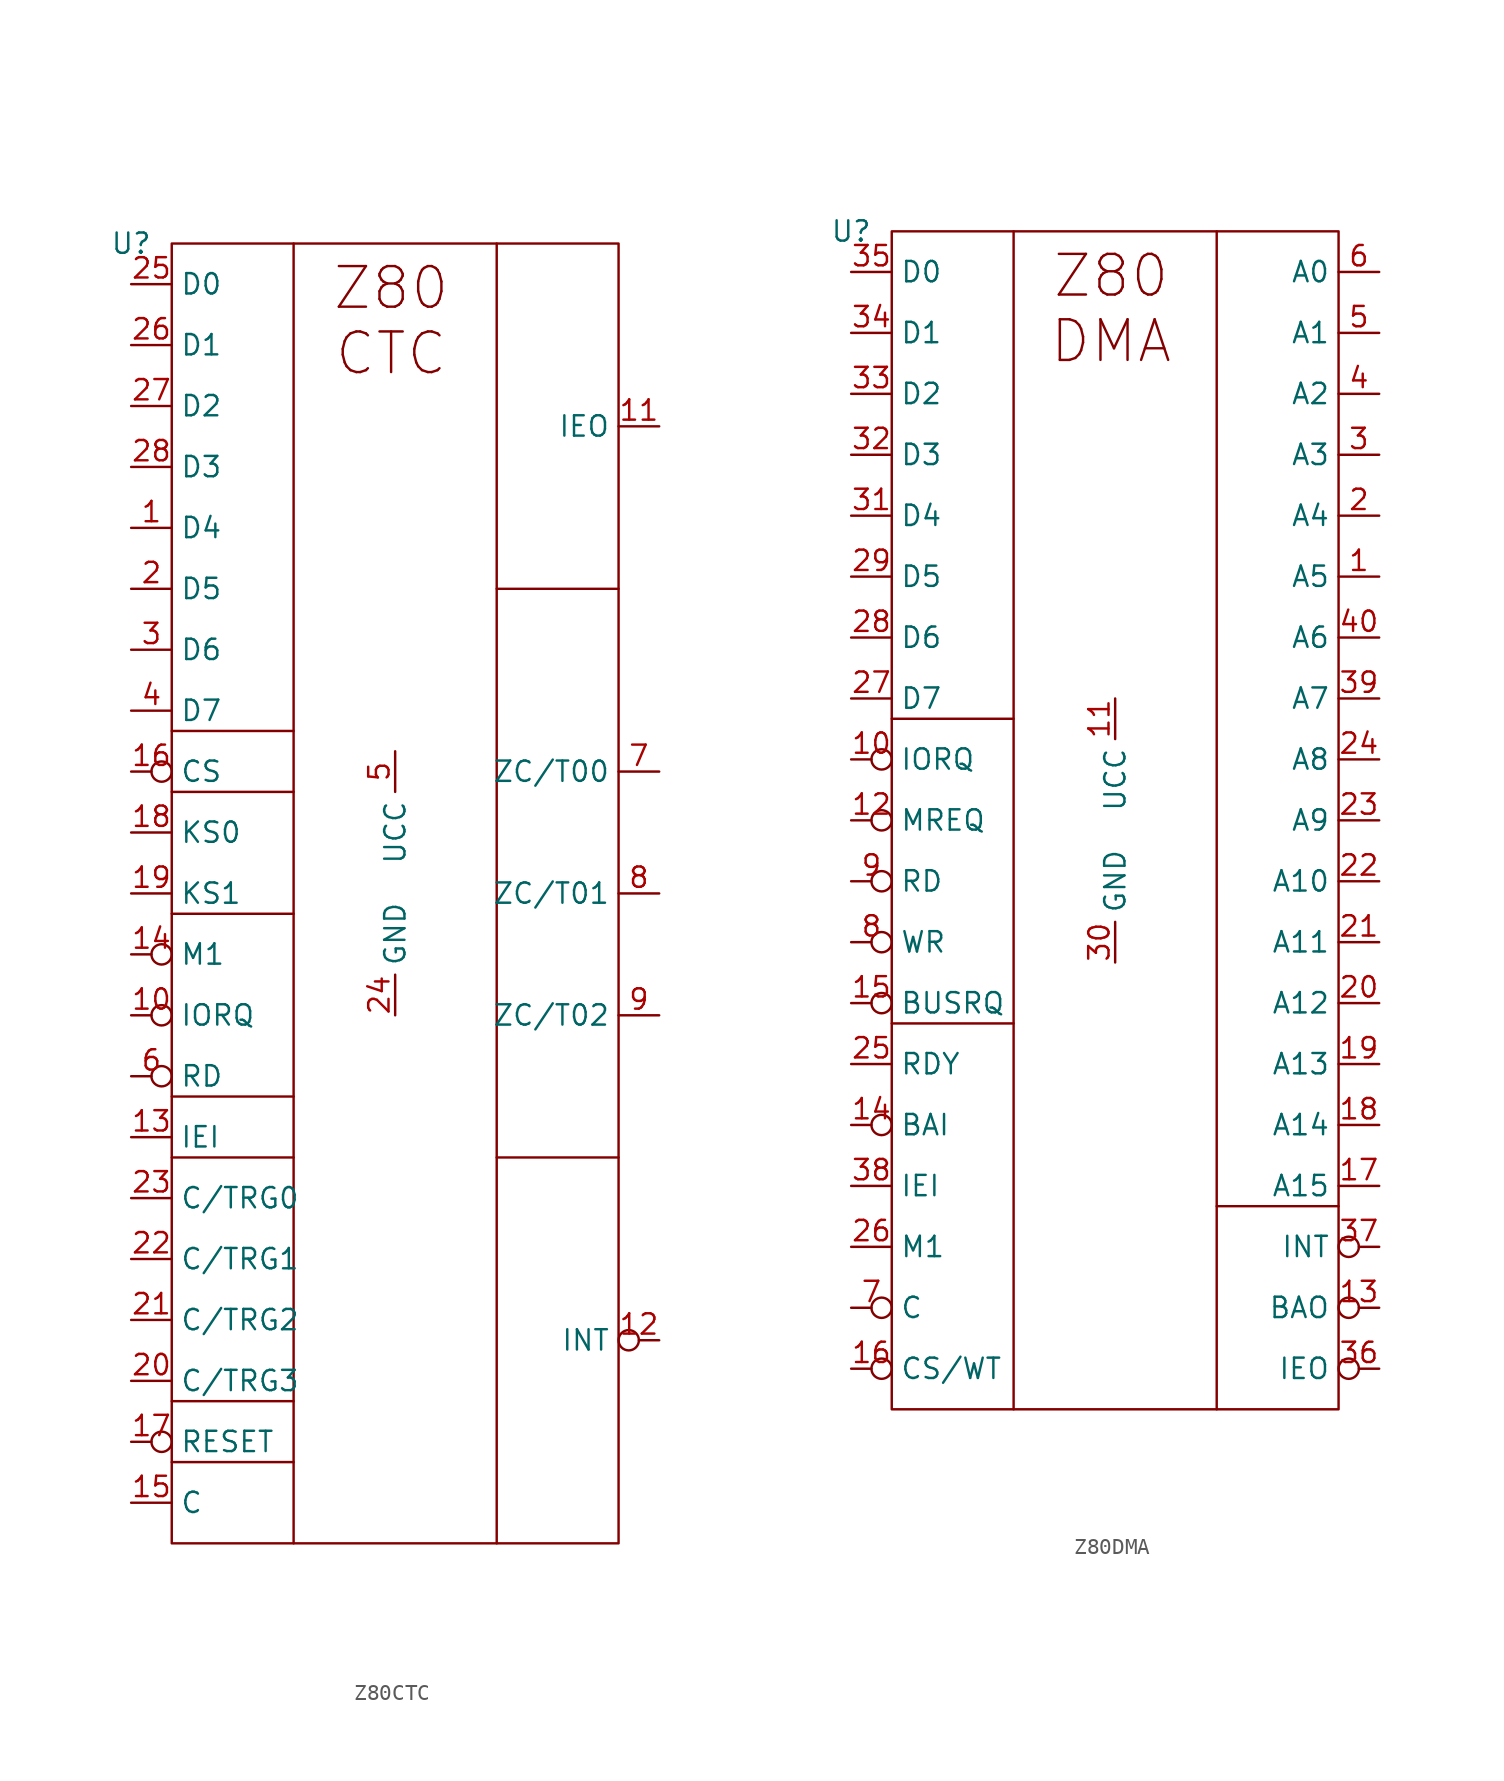
<source format=kicad_sym>
(kicad_symbol_lib
  (version 20231120)
  (generator "kicad_symbol_editor")
  (generator_version "8.0")
  (symbol "Z80CTC"
    (property "Reference" "U"
      (at 0 3.81 0)
      (effects (font (size 1.27 1.27))))
    (property "Value" ""
      (at 2.54 6.35 0)
      (effects (font (size 1.27 1.27))))
    (symbol "Z80CTC_0_1"
      (polyline (pts (xy 2.54 -72.39) (xy 10.16 -72.39)) (stroke (width 0) (type default)) (fill (type none)))
      (polyline (pts (xy 2.54 -68.58) (xy 10.16 -68.58)) (stroke (width 0) (type default)) (fill (type none)))
      (polyline (pts (xy 2.54 -53.34) (xy 10.16 -53.34)) (stroke (width 0) (type default)) (fill (type none)))
      (polyline (pts (xy 2.54 -49.53) (xy 10.16 -49.53)) (stroke (width 0) (type default)) (fill (type none)))
      (polyline (pts (xy 2.54 -38.1) (xy 10.16 -38.1)) (stroke (width 0) (type default)) (fill (type none)))
      (polyline (pts (xy 2.54 -30.48) (xy 10.16 -30.48)) (stroke (width 0) (type default)) (fill (type none)))
      (polyline (pts (xy 2.54 -26.67) (xy 10.16 -26.67)) (stroke (width 0) (type default)) (fill (type none)))
      (polyline (pts (xy 10.16 3.81) (xy 10.16 -77.47)) (stroke (width 0) (type default)) (fill (type none)))
      (polyline (pts (xy 22.86 -53.34) (xy 30.48 -53.34)) (stroke (width 0) (type default)) (fill (type none)))
      (polyline (pts (xy 22.86 -17.78) (xy 30.48 -17.78)) (stroke (width 0) (type default)) (fill (type none)))
      (polyline (pts (xy 22.86 3.81) (xy 22.86 -77.47)) (stroke (width 0) (type default)) (fill (type none)))
      (rectangle (start 2.54 3.81) (end 30.48 -77.47) (stroke (width 0) (type default)) (fill (type none))))
    (symbol "Z80CTC_1_1"
      (text "Z80\nCTC" (at 16.256 -1.016 0) (effects (font (size 2.54 2.54))))
      (pin bidirectional line (at 0 -13.97 0) (length 2.54) (name "D4" (effects (font (size 1.27 1.27)))) (number "1" (effects (font (size 1.27 1.27)))))
      (pin input inverted (at 0 -44.45 0) (length 2.54) (name "IORQ" (effects (font (size 1.27 1.27)))) (number "10" (effects (font (size 1.27 1.27)))))
      (pin output line (at 33.02 -7.62 180) (length 2.54) (name "IEO" (effects (font (size 1.27 1.27)))) (number "11" (effects (font (size 1.27 1.27)))))
      (pin open_collector inverted (at 33.02 -64.77 180) (length 2.54) (name "INT" (effects (font (size 1.27 1.27)))) (number "12" (effects (font (size 1.27 1.27)))))
      (pin input line (at 0 -52.07 0) (length 2.54) (name "IEI" (effects (font (size 1.27 1.27)))) (number "13" (effects (font (size 1.27 1.27)))))
      (pin input inverted (at 0 -40.64 0) (length 2.54) (name "M1" (effects (font (size 1.27 1.27)))) (number "14" (effects (font (size 1.27 1.27)))))
      (pin input line (at 0 -74.93 0) (length 2.54) (name "C" (effects (font (size 1.27 1.27)))) (number "15" (effects (font (size 1.27 1.27)))))
      (pin input inverted (at 0 -29.21 0) (length 2.54) (name "CS" (effects (font (size 1.27 1.27)))) (number "16" (effects (font (size 1.27 1.27)))))
      (pin input inverted (at 0 -71.12 0) (length 2.54) (name "RESET" (effects (font (size 1.27 1.27)))) (number "17" (effects (font (size 1.27 1.27)))))
      (pin input line (at 0 -33.02 0) (length 2.54) (name "KS0" (effects (font (size 1.27 1.27)))) (number "18" (effects (font (size 1.27 1.27)))))
      (pin input line (at 0 -36.83 0) (length 2.54) (name "KS1" (effects (font (size 1.27 1.27)))) (number "19" (effects (font (size 1.27 1.27)))))
      (pin bidirectional line (at 0 -17.78 0) (length 2.54) (name "D5" (effects (font (size 1.27 1.27)))) (number "2" (effects (font (size 1.27 1.27)))))
      (pin input line (at 0 -67.31 0) (length 2.54) (name "C/TRG3" (effects (font (size 1.27 1.27)))) (number "20" (effects (font (size 1.27 1.27)))))
      (pin input line (at 0 -63.5 0) (length 2.54) (name "C/TRG2" (effects (font (size 1.27 1.27)))) (number "21" (effects (font (size 1.27 1.27)))))
      (pin input line (at 0 -59.69 0) (length 2.54) (name "C/TRG1" (effects (font (size 1.27 1.27)))) (number "22" (effects (font (size 1.27 1.27)))))
      (pin input line (at 0 -55.88 0) (length 2.54) (name "C/TRG0" (effects (font (size 1.27 1.27)))) (number "23" (effects (font (size 1.27 1.27)))))
      (pin power_in line (at 16.51 -44.45 90) (length 2.54) (name "GND" (effects (font (size 1.27 1.27)))) (number "24" (effects (font (size 1.27 1.27)))))
      (pin bidirectional line (at 0 1.27 0) (length 2.54) (name "D0" (effects (font (size 1.27 1.27)))) (number "25" (effects (font (size 1.27 1.27)))))
      (pin bidirectional line (at 0 -2.54 0) (length 2.54) (name "D1" (effects (font (size 1.27 1.27)))) (number "26" (effects (font (size 1.27 1.27)))))
      (pin bidirectional line (at 0 -6.35 0) (length 2.54) (name "D2" (effects (font (size 1.27 1.27)))) (number "27" (effects (font (size 1.27 1.27)))))
      (pin bidirectional line (at 0 -10.16 0) (length 2.54) (name "D3" (effects (font (size 1.27 1.27)))) (number "28" (effects (font (size 1.27 1.27)))))
      (pin bidirectional line (at 0 -21.59 0) (length 2.54) (name "D6" (effects (font (size 1.27 1.27)))) (number "3" (effects (font (size 1.27 1.27)))))
      (pin bidirectional line (at 0 -25.4 0) (length 2.54) (name "D7" (effects (font (size 1.27 1.27)))) (number "4" (effects (font (size 1.27 1.27)))))
      (pin power_in line (at 16.51 -27.94 270) (length 2.54) (name "UCC" (effects (font (size 1.27 1.27)))) (number "5" (effects (font (size 1.27 1.27)))))
      (pin input inverted (at 0 -48.26 0) (length 2.54) (name "RD" (effects (font (size 1.27 1.27)))) (number "6" (effects (font (size 1.27 1.27)))))
      (pin output line (at 33.02 -29.21 180) (length 2.54) (name "ZC/T00" (effects (font (size 1.27 1.27)))) (number "7" (effects (font (size 1.27 1.27)))))
      (pin output line (at 33.02 -36.83 180) (length 2.54) (name "ZC/T01" (effects (font (size 1.27 1.27)))) (number "8" (effects (font (size 1.27 1.27)))))
      (pin output line (at 33.02 -44.45 180) (length 2.54) (name "ZC/T02" (effects (font (size 1.27 1.27)))) (number "9" (effects (font (size 1.27 1.27)))))))
  (symbol "Z80DMA"
    (property "Reference" "U"
      (at 0 3.81 0)
      (effects (font (size 1.27 1.27))))
    (property "Value" ""
      (at 2.54 6.35 0)
      (effects (font (size 1.27 1.27))))
    (symbol "Z80DMA_0_1"
      (polyline (pts (xy 2.54 -45.72) (xy 10.16 -45.72)) (stroke (width 0) (type default)) (fill (type none)))
      (polyline (pts (xy 2.54 -26.67) (xy 10.16 -26.67)) (stroke (width 0) (type default)) (fill (type none)))
      (polyline (pts (xy 10.16 3.81) (xy 10.16 -69.85)) (stroke (width 0) (type default)) (fill (type none)))
      (polyline (pts (xy 22.86 -57.15) (xy 30.48 -57.15)) (stroke (width 0) (type default)) (fill (type none)))
      (polyline (pts (xy 22.86 3.81) (xy 22.86 -69.85)) (stroke (width 0) (type default)) (fill (type none)))
      (rectangle (start 2.54 3.81) (end 30.48 -69.85) (stroke (width 0) (type default)) (fill (type none))))
    (symbol "Z80DMA_1_1"
      (text "Z80\nDMA" (at 16.256 -1.016 0) (effects (font (size 2.54 2.54))))
      (pin bidirectional line (at 33.02 -17.78 180) (length 2.54) (name "A5" (effects (font (size 1.27 1.27)))) (number "1" (effects (font (size 1.27 1.27)))))
      (pin bidirectional inverted (at 0 -29.21 0) (length 2.54) (name "IORQ" (effects (font (size 1.27 1.27)))) (number "10" (effects (font (size 1.27 1.27)))))
      (pin power_in line (at 16.51 -25.4 270) (length 2.54) (name "UCC" (effects (font (size 1.27 1.27)))) (number "11" (effects (font (size 1.27 1.27)))))
      (pin bidirectional inverted (at 0 -33.02 0) (length 2.54) (name "MREQ" (effects (font (size 1.27 1.27)))) (number "12" (effects (font (size 1.27 1.27)))))
      (pin output inverted (at 33.02 -63.5 180) (length 2.54) (name "BAO" (effects (font (size 1.27 1.27)))) (number "13" (effects (font (size 1.27 1.27)))))
      (pin input inverted (at 0 -52.07 0) (length 2.54) (name "BAI" (effects (font (size 1.27 1.27)))) (number "14" (effects (font (size 1.27 1.27)))))
      (pin bidirectional inverted (at 0 -44.45 0) (length 2.54) (name "BUSRQ" (effects (font (size 1.27 1.27)))) (number "15" (effects (font (size 1.27 1.27)))))
      (pin input inverted (at 0 -67.31 0) (length 2.54) (name "CS/WT" (effects (font (size 1.27 1.27)))) (number "16" (effects (font (size 1.27 1.27)))))
      (pin bidirectional line (at 33.02 -55.88 180) (length 2.54) (name "A15" (effects (font (size 1.27 1.27)))) (number "17" (effects (font (size 1.27 1.27)))))
      (pin bidirectional line (at 33.02 -52.07 180) (length 2.54) (name "A14" (effects (font (size 1.27 1.27)))) (number "18" (effects (font (size 1.27 1.27)))))
      (pin bidirectional line (at 33.02 -48.26 180) (length 2.54) (name "A13" (effects (font (size 1.27 1.27)))) (number "19" (effects (font (size 1.27 1.27)))))
      (pin bidirectional line (at 33.02 -13.97 180) (length 2.54) (name "A4" (effects (font (size 1.27 1.27)))) (number "2" (effects (font (size 1.27 1.27)))))
      (pin bidirectional line (at 33.02 -44.45 180) (length 2.54) (name "A12" (effects (font (size 1.27 1.27)))) (number "20" (effects (font (size 1.27 1.27)))))
      (pin bidirectional line (at 33.02 -40.64 180) (length 2.54) (name "A11" (effects (font (size 1.27 1.27)))) (number "21" (effects (font (size 1.27 1.27)))))
      (pin bidirectional line (at 33.02 -36.83 180) (length 2.54) (name "A10" (effects (font (size 1.27 1.27)))) (number "22" (effects (font (size 1.27 1.27)))))
      (pin bidirectional line (at 33.02 -33.02 180) (length 2.54) (name "A9" (effects (font (size 1.27 1.27)))) (number "23" (effects (font (size 1.27 1.27)))))
      (pin bidirectional line (at 33.02 -29.21 180) (length 2.54) (name "A8" (effects (font (size 1.27 1.27)))) (number "24" (effects (font (size 1.27 1.27)))))
      (pin input line (at 0 -48.26 0) (length 2.54) (name "RDY" (effects (font (size 1.27 1.27)))) (number "25" (effects (font (size 1.27 1.27)))))
      (pin input line (at 0 -59.69 0) (length 2.54) (name "M1" (effects (font (size 1.27 1.27)))) (number "26" (effects (font (size 1.27 1.27)))))
      (pin bidirectional line (at 0 -25.4 0) (length 2.54) (name "D7" (effects (font (size 1.27 1.27)))) (number "27" (effects (font (size 1.27 1.27)))))
      (pin bidirectional line (at 0 -21.59 0) (length 2.54) (name "D6" (effects (font (size 1.27 1.27)))) (number "28" (effects (font (size 1.27 1.27)))))
      (pin bidirectional line (at 0 -17.78 0) (length 2.54) (name "D5" (effects (font (size 1.27 1.27)))) (number "29" (effects (font (size 1.27 1.27)))))
      (pin bidirectional line (at 33.02 -10.16 180) (length 2.54) (name "A3" (effects (font (size 1.27 1.27)))) (number "3" (effects (font (size 1.27 1.27)))))
      (pin power_in line (at 16.51 -41.91 90) (length 2.54) (name "GND" (effects (font (size 1.27 1.27)))) (number "30" (effects (font (size 1.27 1.27)))))
      (pin bidirectional line (at 0 -13.97 0) (length 2.54) (name "D4" (effects (font (size 1.27 1.27)))) (number "31" (effects (font (size 1.27 1.27)))))
      (pin bidirectional line (at 0 -10.16 0) (length 2.54) (name "D3" (effects (font (size 1.27 1.27)))) (number "32" (effects (font (size 1.27 1.27)))))
      (pin bidirectional line (at 0 -6.35 0) (length 2.54) (name "D2" (effects (font (size 1.27 1.27)))) (number "33" (effects (font (size 1.27 1.27)))))
      (pin bidirectional line (at 0 -2.54 0) (length 2.54) (name "D1" (effects (font (size 1.27 1.27)))) (number "34" (effects (font (size 1.27 1.27)))))
      (pin bidirectional line (at 0 1.27 0) (length 2.54) (name "D0" (effects (font (size 1.27 1.27)))) (number "35" (effects (font (size 1.27 1.27)))))
      (pin output inverted (at 33.02 -67.31 180) (length 2.54) (name "IEO" (effects (font (size 1.27 1.27)))) (number "36" (effects (font (size 1.27 1.27)))))
      (pin open_collector inverted (at 33.02 -59.69 180) (length 2.54) (name "INT" (effects (font (size 1.27 1.27)))) (number "37" (effects (font (size 1.27 1.27)))))
      (pin input line (at 0 -55.88 0) (length 2.54) (name "IEI" (effects (font (size 1.27 1.27)))) (number "38" (effects (font (size 1.27 1.27)))))
      (pin bidirectional line (at 33.02 -25.4 180) (length 2.54) (name "A7" (effects (font (size 1.27 1.27)))) (number "39" (effects (font (size 1.27 1.27)))))
      (pin bidirectional line (at 33.02 -6.35 180) (length 2.54) (name "A2" (effects (font (size 1.27 1.27)))) (number "4" (effects (font (size 1.27 1.27)))))
      (pin bidirectional line (at 33.02 -21.59 180) (length 2.54) (name "A6" (effects (font (size 1.27 1.27)))) (number "40" (effects (font (size 1.27 1.27)))))
      (pin bidirectional line (at 33.02 -2.54 180) (length 2.54) (name "A1" (effects (font (size 1.27 1.27)))) (number "5" (effects (font (size 1.27 1.27)))))
      (pin bidirectional line (at 33.02 1.27 180) (length 2.54) (name "A0" (effects (font (size 1.27 1.27)))) (number "6" (effects (font (size 1.27 1.27)))))
      (pin input inverted (at 0 -63.5 0) (length 2.54) (name "C" (effects (font (size 1.27 1.27)))) (number "7" (effects (font (size 1.27 1.27)))))
      (pin bidirectional inverted (at 0 -40.64 0) (length 2.54) (name "WR" (effects (font (size 1.27 1.27)))) (number "8" (effects (font (size 1.27 1.27)))))
      (pin bidirectional inverted (at 0 -36.83 0) (length 2.54) (name "RD" (effects (font (size 1.27 1.27)))) (number "9" (effects (font (size 1.27 1.27))))))))
</source>
